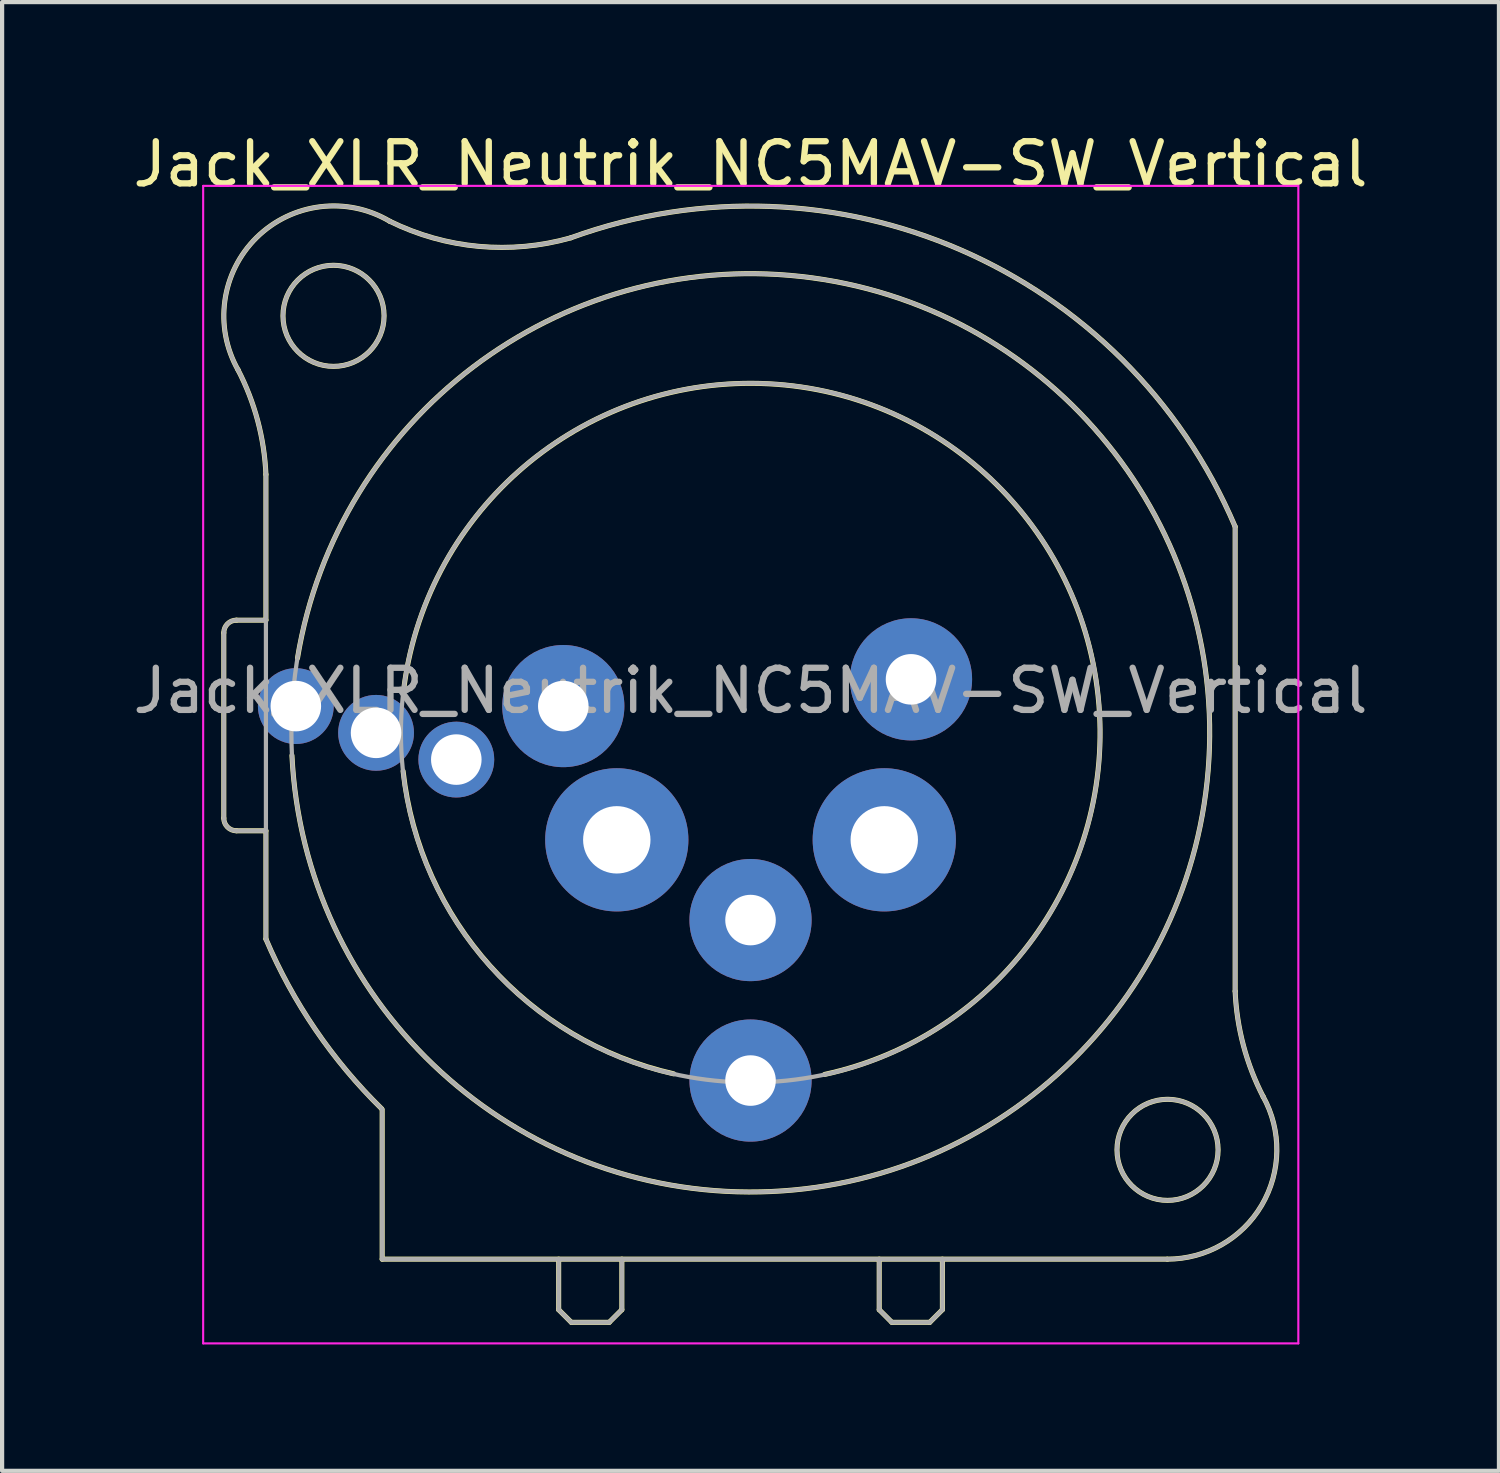
<source format=kicad_pcb>
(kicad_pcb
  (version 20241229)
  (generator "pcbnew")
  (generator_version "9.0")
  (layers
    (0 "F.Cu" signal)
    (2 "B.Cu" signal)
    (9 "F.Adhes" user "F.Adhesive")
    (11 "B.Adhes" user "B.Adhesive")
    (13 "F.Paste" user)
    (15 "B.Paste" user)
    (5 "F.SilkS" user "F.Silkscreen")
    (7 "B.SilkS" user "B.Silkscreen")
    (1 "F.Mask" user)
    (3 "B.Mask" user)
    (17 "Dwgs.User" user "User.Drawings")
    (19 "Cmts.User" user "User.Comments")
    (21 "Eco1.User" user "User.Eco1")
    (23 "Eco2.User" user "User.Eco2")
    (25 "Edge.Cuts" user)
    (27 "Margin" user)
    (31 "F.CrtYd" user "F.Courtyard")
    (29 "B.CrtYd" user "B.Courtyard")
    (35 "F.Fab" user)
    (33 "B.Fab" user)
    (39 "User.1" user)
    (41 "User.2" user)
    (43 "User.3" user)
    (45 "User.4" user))
  (footprint "Jack_XLR_Neutrik_NC5MAV-SW_Vertical"
    (layer "F.Cu")
    (at 10.323 13.713)
    (property "Reference" "Jack_XLR_Neutrik_NC5MAV-SW_Vertical" (at 4.445 -12.865 0) (layer "F.SilkS") (effects (font (size 1 1) (thickness 0.15))))
    (attr through_hole)
    (fp_line (start -8.06 -1.74) (end -8.06 2.66) (stroke (width 0.12) (type solid)) (layer "F.SilkS"))
    (fp_line (start -7.76 2.96) (end -7.06 2.96) (stroke (width 0.12) (type solid)) (layer "F.SilkS"))
    (fp_line (start -7.06 -5.5) (end -7.06 -2.04) (stroke (width 0.12) (type solid)) (layer "F.SilkS"))
    (fp_line (start -7.06 -2.04) (end -7.76 -2.04) (stroke (width 0.12) (type solid)) (layer "F.SilkS"))
    (fp_line (start -7.06 2.96) (end -7.06 5.53) (stroke (width 0.12) (type solid)) (layer "F.SilkS"))
    (fp_line (start -4.3 9.58) (end -4.3 13.13) (stroke (width 0.12) (type solid)) (layer "F.SilkS"))
    (fp_line (start -0.11 13.13) (end -0.11 14.33) (stroke (width 0.12) (type solid)) (layer "F.SilkS"))
    (fp_line (start -0.11 14.33) (end 0.19 14.63) (stroke (width 0.12) (type solid)) (layer "F.SilkS"))
    (fp_line (start 0.19 14.63) (end 1.09 14.63) (stroke (width 0.12) (type solid)) (layer "F.SilkS"))
    (fp_line (start 1.39 13.13) (end 1.39 14.33) (stroke (width 0.12) (type solid)) (layer "F.SilkS"))
    (fp_line (start 1.39 14.33) (end 1.09 14.63) (stroke (width 0.12) (type solid)) (layer "F.SilkS"))
    (fp_line (start 7.5 13.13) (end 7.5 14.33) (stroke (width 0.12) (type solid)) (layer "F.SilkS"))
    (fp_line (start 7.5 14.33) (end 7.8 14.63) (stroke (width 0.12) (type solid)) (layer "F.SilkS"))
    (fp_line (start 8.7 14.63) (end 7.8 14.63) (stroke (width 0.12) (type solid)) (layer "F.SilkS"))
    (fp_line (start 9 13.13) (end 9 14.33) (stroke (width 0.12) (type solid)) (layer "F.SilkS"))
    (fp_line (start 9 14.33) (end 8.7 14.63) (stroke (width 0.12) (type solid)) (layer "F.SilkS"))
    (fp_line (start 14.34 13.13) (end -4.3 13.13) (stroke (width 0.12) (type solid)) (layer "F.SilkS"))
    (fp_line (start 15.95 6.77) (end 15.95 -4.26) (stroke (width 0.12) (type solid)) (layer "F.SilkS"))
    (fp_arc (start -8.06 -1.74) (mid -7.972132 -1.952132) (end -7.76 -2.04) (stroke (width 0.12) (type solid)) (layer "F.SilkS"))
    (fp_arc (start -7.76 2.96) (mid -7.972132 2.872132) (end -8.06 2.66) (stroke (width 0.12) (type solid)) (layer "F.SilkS"))
    (fp_arc (start -7.723487 -7.985205) (mid -7.256205 -6.778788) (end -7.06 -5.5) (stroke (width 0.12) (type solid)) (layer "F.SilkS"))
    (fp_arc (start -7.715328 -7.969927) (mid -7.280775 -11.124351) (end -4.12 -11.51) (stroke (width 0.12) (type solid)) (layer "F.SilkS"))
    (fp_arc (start -6.31 -1.14) (mid 15.327723 1.25708) (end -6.442209 1.172885) (stroke (width 0.12) (type solid)) (layer "F.SilkS"))
    (fp_arc (start -4.310999 9.560163) (mid -5.883968 7.680458) (end -7.06 5.53) (stroke (width 0.12) (type solid)) (layer "F.SilkS"))
    (fp_arc (start -3.8 -0.3) (mid 10.010227 -5.519876) (end 6.202812 8.744522) (stroke (width 0.12) (type solid)) (layer "F.SilkS"))
    (fp_arc (start 0.17934 -11.11788) (mid 9.430944 -10.83088) (end 15.95 -4.26) (stroke (width 0.12) (type solid)) (layer "F.SilkS"))
    (fp_arc (start 0.179944 -11.117415) (mid -2.006497 -10.914263) (end -4.12 -11.51) (stroke (width 0.12) (type solid)) (layer "F.SilkS"))
    (fp_arc (start 2.62 8.73) (mid -1.741551 6.165482) (end -3.803135 1.544903) (stroke (width 0.12) (type solid)) (layer "F.SilkS"))
    (fp_arc (start 16.614011 9.269495) (mid 16.580236 11.8496) (end 14.34 13.13) (stroke (width 0.12) (type solid)) (layer "F.SilkS"))
    (fp_arc (start 16.619064 9.280467) (mid 16.147616 8.061723) (end 15.95 6.77) (stroke (width 0.12) (type solid)) (layer "F.SilkS"))
    (fp_circle (center -5.455 -9.265) (end -4.255 -9.265) (stroke (width 0.12) (type solid)) (fill no) (layer "F.SilkS"))
    (fp_circle (center 14.345 10.535) (end 15.545 10.535) (stroke (width 0.12) (type solid)) (fill no) (layer "F.SilkS"))
    (fp_line (start -8.55 -12.35) (end 17.45 -12.35) (stroke (width 0.05) (type solid)) (layer "F.CrtYd"))
    (fp_line (start -8.55 15.13) (end -8.55 -12.35) (stroke (width 0.05) (type solid)) (layer "F.CrtYd"))
    (fp_line (start 17.45 -12.35) (end 17.45 15.13) (stroke (width 0.05) (type solid)) (layer "F.CrtYd"))
    (fp_line (start 17.45 15.13) (end -8.55 15.13) (stroke (width 0.05) (type solid)) (layer "F.CrtYd"))
    (fp_line (start -8.06 -1.74) (end -8.06 2.66) (stroke (width 0.1) (type solid)) (layer "F.Fab"))
    (fp_line (start -7.76 2.96) (end -7.06 2.96) (stroke (width 0.1) (type solid)) (layer "F.Fab"))
    (fp_line (start -7.06 -5.5) (end -7.06 5.53) (stroke (width 0.1) (type solid)) (layer "F.Fab"))
    (fp_line (start -7.06 -2.04) (end -7.76 -2.04) (stroke (width 0.1) (type solid)) (layer "F.Fab"))
    (fp_line (start -4.3 9.58) (end -4.3 13.13) (stroke (width 0.1) (type solid)) (layer "F.Fab"))
    (fp_line (start -0.11 13.13) (end -0.11 14.33) (stroke (width 0.1) (type solid)) (layer "F.Fab"))
    (fp_line (start -0.11 14.33) (end 0.19 14.63) (stroke (width 0.1) (type solid)) (layer "F.Fab"))
    (fp_line (start 0.19 14.63) (end 1.09 14.63) (stroke (width 0.1) (type solid)) (layer "F.Fab"))
    (fp_line (start 1.39 13.13) (end 1.39 14.33) (stroke (width 0.1) (type solid)) (layer "F.Fab"))
    (fp_line (start 1.39 14.33) (end 1.09 14.63) (stroke (width 0.1) (type solid)) (layer "F.Fab"))
    (fp_line (start 7.5 13.13) (end 7.5 14.33) (stroke (width 0.1) (type solid)) (layer "F.Fab"))
    (fp_line (start 7.5 14.33) (end 7.8 14.63) (stroke (width 0.1) (type solid)) (layer "F.Fab"))
    (fp_line (start 8.7 14.63) (end 7.8 14.63) (stroke (width 0.1) (type solid)) (layer "F.Fab"))
    (fp_line (start 9 13.13) (end 9 14.33) (stroke (width 0.1) (type solid)) (layer "F.Fab"))
    (fp_line (start 9 14.33) (end 8.7 14.63) (stroke (width 0.1) (type solid)) (layer "F.Fab"))
    (fp_line (start 14.34 13.13) (end -4.3 13.13) (stroke (width 0.1) (type solid)) (layer "F.Fab"))
    (fp_line (start 15.95 6.77) (end 15.95 -4.26) (stroke (width 0.1) (type solid)) (layer "F.Fab"))
    (fp_arc (start -8.06 -1.74) (mid -7.972132 -1.952132) (end -7.76 -2.04) (stroke (width 0.1) (type solid)) (layer "F.Fab"))
    (fp_arc (start -7.76 2.96) (mid -7.972132 2.872132) (end -8.06 2.66) (stroke (width 0.1) (type solid)) (layer "F.Fab"))
    (fp_arc (start -7.723487 -7.985205) (mid -7.256205 -6.778788) (end -7.06 -5.5) (stroke (width 0.1) (type solid)) (layer "F.Fab"))
    (fp_arc (start -7.715328 -7.969927) (mid -7.280775 -11.124351) (end -4.12 -11.51) (stroke (width 0.1) (type solid)) (layer "F.Fab"))
    (fp_arc (start -4.310999 9.560163) (mid -5.883968 7.680458) (end -7.06 5.53) (stroke (width 0.1) (type solid)) (layer "F.Fab"))
    (fp_arc (start 0.17934 -11.11788) (mid 9.430944 -10.83088) (end 15.95 -4.26) (stroke (width 0.1) (type solid)) (layer "F.Fab"))
    (fp_arc (start 0.179944 -11.117415) (mid -2.006497 -10.914263) (end -4.12 -11.51) (stroke (width 0.1) (type solid)) (layer "F.Fab"))
    (fp_arc (start 16.614011 9.269495) (mid 16.580236 11.8496) (end 14.34 13.13) (stroke (width 0.1) (type solid)) (layer "F.Fab"))
    (fp_arc (start 16.619064 9.280467) (mid 16.147616 8.061723) (end 15.95 6.77) (stroke (width 0.1) (type solid)) (layer "F.Fab"))
    (fp_circle (center -5.455 -9.265) (end -4.255 -9.265) (stroke (width 0.1) (type solid)) (fill no) (layer "F.Fab"))
    (fp_circle (center 4.445 0.635) (end 12.745 0.635) (stroke (width 0.1) (type solid)) (fill no) (layer "F.Fab"))
    (fp_circle (center 4.445 0.635) (end 15.345 0.635) (stroke (width 0.1) (type solid)) (fill no) (layer "F.Fab"))
    (fp_circle (center 14.345 10.535) (end 15.545 10.535) (stroke (width 0.1) (type solid)) (fill no) (layer "F.Fab"))
    (fp_text user "${REFERENCE}" (at 4.445 -0.365 0) (layer "F.Fab") (effects (font (size 1 1) (thickness 0.15))))
    (pad "1" thru_hole circle (at 0 0) (size 2.9 2.9) (drill 1.2) (layers "*.Cu" "*.Mask"))
    (pad "2" thru_hole circle (at 1.27 3.175) (size 3.4 3.4) (drill 1.6) (layers "*.Cu" "*.Mask"))
    (pad "3" thru_hole circle (at 4.445 5.08) (size 2.9 2.9) (drill 1.2) (layers "*.Cu" "*.Mask"))
    (pad "4" thru_hole circle (at 7.62 3.175) (size 3.4 3.4) (drill 1.6) (layers "*.Cu" "*.Mask"))
    (pad "5" thru_hole circle (at 8.255 -0.635) (size 2.9 2.9) (drill 1.2) (layers "*.Cu" "*.Mask"))
    (pad "G" thru_hole circle (at 4.445 8.89) (size 2.9 2.9) (drill 1.2) (layers "*.Cu" "*.Mask"))
    (pad "N" thru_hole circle (at -4.445 0.635) (size 1.8 1.8) (drill 1.2) (layers "*.Cu" "*.Mask"))
    (pad "NC" thru_hole circle (at -2.54 1.27) (size 1.8 1.8) (drill 1.2) (layers "*.Cu" "*.Mask"))
    (pad "NO" thru_hole circle (at -6.35 0) (size 1.8 1.8) (drill 1.2) (layers "*.Cu" "*.Mask")))
  (gr_rect
    (start -3 -3)
    (end 32.536 31.868)
    (stroke (width 0.1) (type default))
    (fill no)
    (layer "Edge.Cuts")))
</source>
